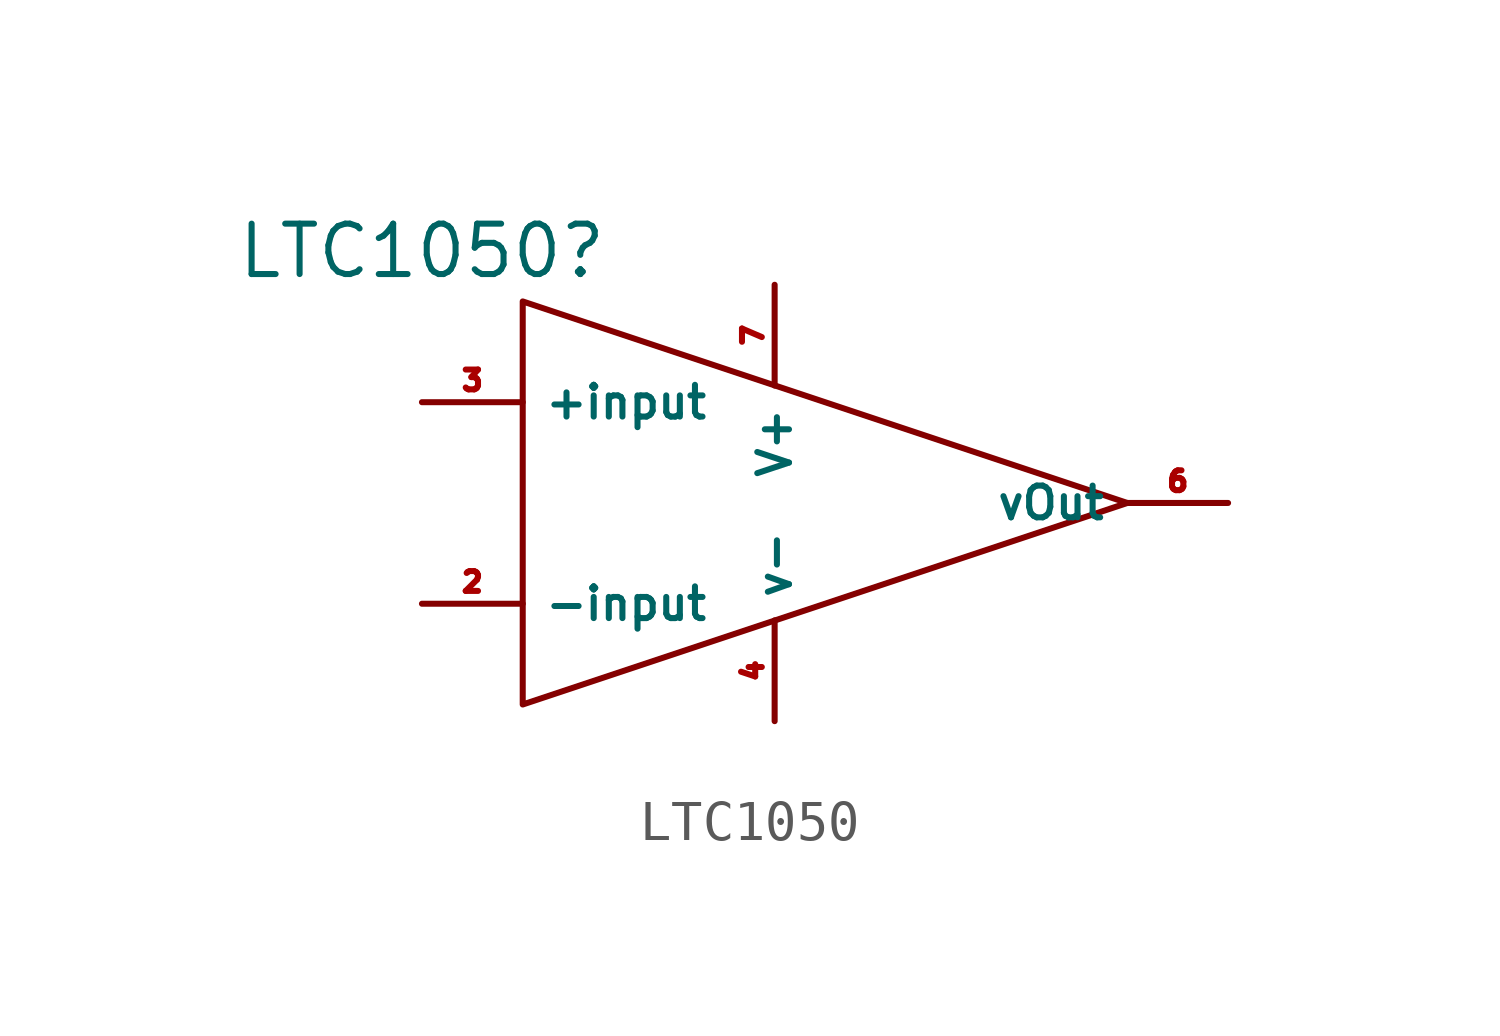
<source format=kicad_sym>
(kicad_symbol_lib
  (version 20220914)
  (generator kicad_symbol_editor)
  (symbol "LTC1050"
    (property "Reference" "LTC1050"
      (at -1.27 0 0)
      (effects (font (size 1.27 1.27))))
    (property "Value" ""
      (at 0 0 0)
      (effects (font (size 1.27 1.27))))
    (symbol "LTC1050_0_1"
      (polyline (pts (xy 1.27 -1.27) (xy 1.27 -11.43) (xy 16.51 -6.35) (xy 1.27 -1.27)) (stroke (width 0) (type default)) (fill (type none))))
    (symbol "LTC1050_1_1"
      (pin input line (at -1.27 -8.89 0) (length 2.54) (name "-input" (effects (font (size 0.8 0.8)))) (number "2" (effects (font (size 0.5 0.5)))))
      (pin input line (at -1.27 -3.81 0) (length 2.54) (name "+input" (effects (font (size 0.8 0.8)))) (number "3" (effects (font (size 0.5 0.5)))))
      (pin input line (at 7.62 -11.85 90) (length 2.54) (name "v-" (effects (font (size 0.8 0.8)))) (number "4" (effects (font (size 0.5 0.5)))))
      (pin output line (at 19.05 -6.35 180) (length 2.54) (name "vOut" (effects (font (size 0.8 0.8)))) (number "6" (effects (font (size 0.5 0.5)))))
      (pin input line (at 7.62 -0.85 270) (length 2.54) (name "V+" (effects (font (size 0.8 0.8)))) (number "7" (effects (font (size 0.5 0.5))))))))
</source>
